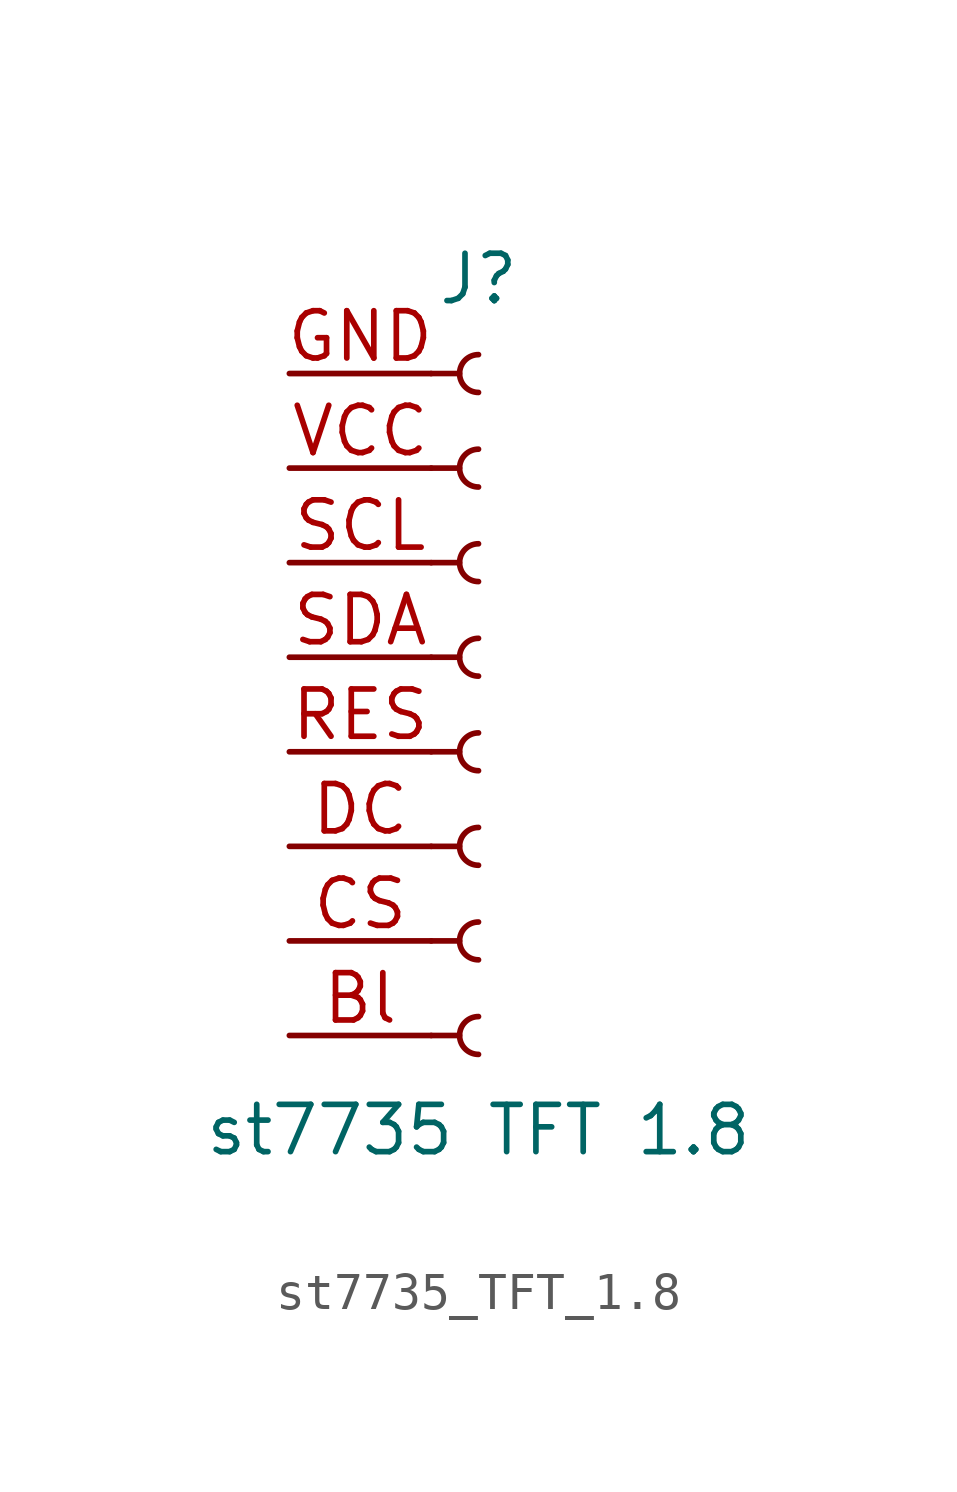
<source format=kicad_sym>
(kicad_symbol_lib
  (version 20220914)
  (generator kicad_symbol_editor)
  (symbol "st7735_TFT_1.8"
    (pin_names
      (offset 1.016) hide)
    (property "Reference" "J"
      (at 0 10.16 0)
      (effects (font (size 1.27 1.27))))
    (property "Value" "st7735 TFT 1.8"
      (at 0 -12.7 0)
      (effects (font (size 1.27 1.27))))
    (property "ki_locked" ""
      (at 0 0 0)
      (effects (font (size 1.27 1.27))))
    (symbol "st7735_TFT_1.8_1_1"
      (arc (start 0 -9.652) (mid -0.5058 -10.16) (end 0 -10.668) (stroke (width 0.1524) (type default)) (fill (type none)))
      (arc (start 0 -7.112) (mid -0.5058 -7.62) (end 0 -8.128) (stroke (width 0.1524) (type default)) (fill (type none)))
      (arc (start 0 -4.572) (mid -0.5058 -5.08) (end 0 -5.588) (stroke (width 0.1524) (type default)) (fill (type none)))
      (arc (start 0 -2.032) (mid -0.5058 -2.54) (end 0 -3.048) (stroke (width 0.1524) (type default)) (fill (type none)))
      (polyline (pts (xy -1.27 -10.16) (xy -0.508 -10.16)) (stroke (width 0.152) (type default)) (fill (type none)))
      (polyline (pts (xy -1.27 -7.62) (xy -0.508 -7.62)) (stroke (width 0.152) (type default)) (fill (type none)))
      (polyline (pts (xy -1.27 -5.08) (xy -0.508 -5.08)) (stroke (width 0.152) (type default)) (fill (type none)))
      (polyline (pts (xy -1.27 -2.54) (xy -0.508 -2.54)) (stroke (width 0.152) (type default)) (fill (type none)))
      (polyline (pts (xy -1.27 0) (xy -0.508 0)) (stroke (width 0.152) (type default)) (fill (type none)))
      (polyline (pts (xy -1.27 2.54) (xy -0.508 2.54)) (stroke (width 0.152) (type default)) (fill (type none)))
      (polyline (pts (xy -1.27 5.08) (xy -0.508 5.08)) (stroke (width 0.152) (type default)) (fill (type none)))
      (polyline (pts (xy -1.27 7.62) (xy -0.508 7.62)) (stroke (width 0.152) (type default)) (fill (type none)))
      (arc (start 0 0.508) (mid -0.5058 0) (end 0 -0.508) (stroke (width 0.1524) (type default)) (fill (type none)))
      (arc (start 0 3.048) (mid -0.5058 2.54) (end 0 2.032) (stroke (width 0.1524) (type default)) (fill (type none)))
      (arc (start 0 5.588) (mid -0.5058 5.08) (end 0 4.572) (stroke (width 0.1524) (type default)) (fill (type none)))
      (arc (start 0 8.128) (mid -0.5058 7.62) (end 0 7.112) (stroke (width 0.1524) (type default)) (fill (type none)))
      (pin passive line (at -5.08 -10.16 0) (length 3.81) (name "Bl" (effects (font (size 1.27 1.27)))) (number "Bl" (effects (font (size 1.27 1.27)))))
      (pin passive line (at -5.08 -7.62 0) (length 3.81) (name "CS" (effects (font (size 1.27 1.27)))) (number "CS" (effects (font (size 1.27 1.27)))))
      (pin passive line (at -5.08 -5.08 0) (length 3.81) (name "DC" (effects (font (size 1.27 1.27)))) (number "DC" (effects (font (size 1.27 1.27)))))
      (pin power_in line (at -5.08 7.62 0) (length 3.81) (name "GND" (effects (font (size 1.27 1.27)))) (number "GND" (effects (font (size 1.27 1.27)))))
      (pin passive line (at -5.08 -2.54 0) (length 3.81) (name "RES" (effects (font (size 1.27 1.27)))) (number "RES" (effects (font (size 1.27 1.27)))))
      (pin bidirectional line (at -5.08 2.54 0) (length 3.81) (name "SCL" (effects (font (size 1.27 1.27)))) (number "SCL" (effects (font (size 1.27 1.27)))))
      (pin bidirectional line (at -5.08 0 0) (length 3.81) (name "SDA" (effects (font (size 1.27 1.27)))) (number "SDA" (effects (font (size 1.27 1.27)))))
      (pin power_in line (at -5.08 5.08 0) (length 3.81) (name "VCC" (effects (font (size 1.27 1.27)))) (number "VCC" (effects (font (size 1.27 1.27))))))))
</source>
